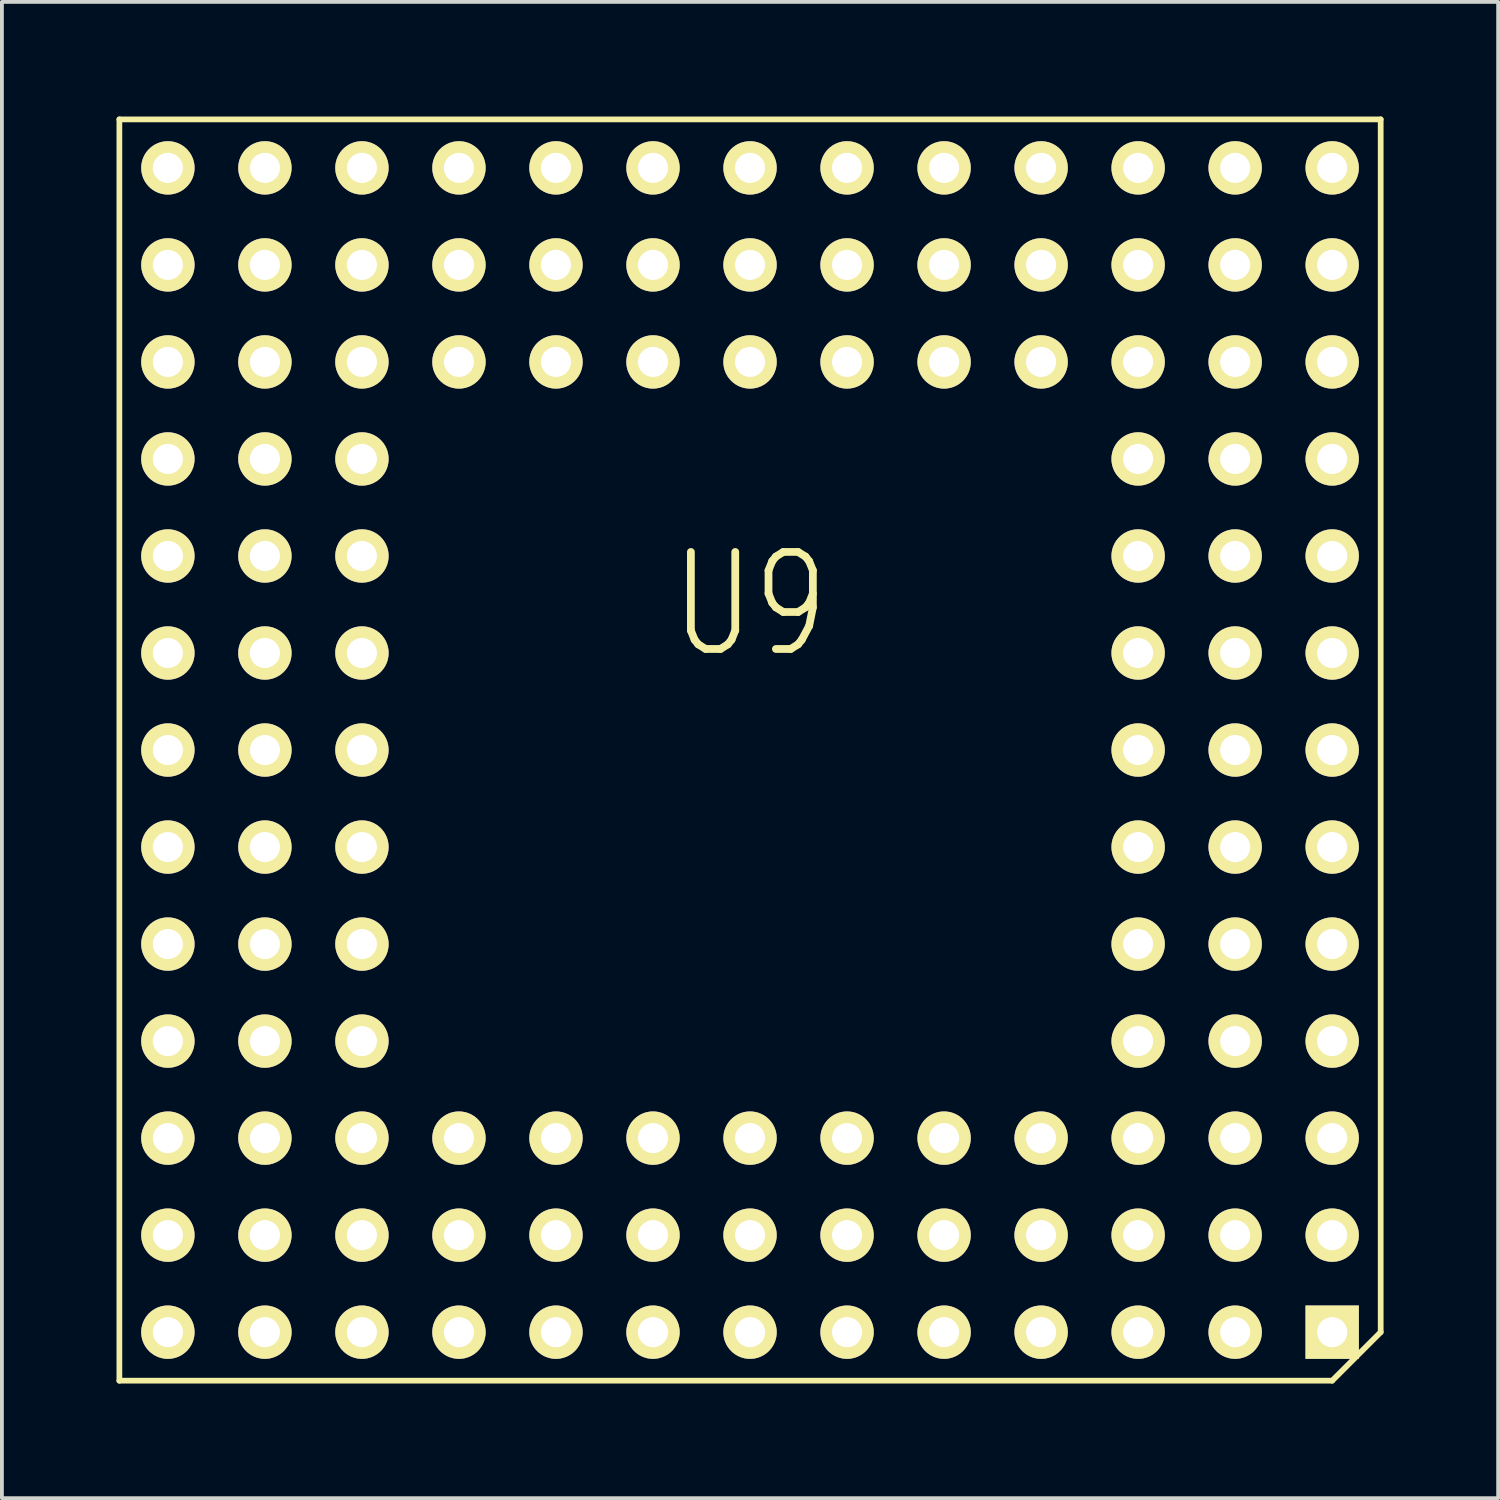
<source format=kicad_pcb>
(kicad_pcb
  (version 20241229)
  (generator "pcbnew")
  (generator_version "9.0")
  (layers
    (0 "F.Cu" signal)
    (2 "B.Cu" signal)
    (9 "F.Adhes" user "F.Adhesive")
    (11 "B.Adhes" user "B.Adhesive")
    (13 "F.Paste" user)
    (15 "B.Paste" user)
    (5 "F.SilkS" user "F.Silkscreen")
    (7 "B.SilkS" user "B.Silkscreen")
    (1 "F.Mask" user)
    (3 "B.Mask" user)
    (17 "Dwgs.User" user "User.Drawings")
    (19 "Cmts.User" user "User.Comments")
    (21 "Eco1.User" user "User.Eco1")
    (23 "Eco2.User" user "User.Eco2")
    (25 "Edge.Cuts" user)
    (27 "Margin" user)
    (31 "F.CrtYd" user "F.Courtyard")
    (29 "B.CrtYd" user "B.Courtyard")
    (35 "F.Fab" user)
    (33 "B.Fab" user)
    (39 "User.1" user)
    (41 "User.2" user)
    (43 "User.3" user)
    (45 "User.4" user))
  (footprint "U9"
    (layer "F.Cu")
    (at 16.585 16.585)
    (property "Reference" "U9" (at 0 -3.81 0) (layer "F.SilkS") (effects (font (size 2.54 2.032) (thickness 0.203))))
    (attr through_hole)
    (fp_line (start -16.51 -16.51) (end -16.51 16.51) (stroke (width 0.15) (type solid)) (layer "F.SilkS"))
    (fp_line (start -16.51 16.51) (end 15.24 16.51) (stroke (width 0.15) (type solid)) (layer "F.SilkS"))
    (fp_line (start 16.51 -16.51) (end -16.51 -16.51) (stroke (width 0.15) (type solid)) (layer "F.SilkS"))
    (fp_line (start 16.51 15.24) (end 15.24 16.51) (stroke (width 0.15) (type solid)) (layer "F.SilkS"))
    (fp_line (start 16.51 15.24) (end 16.51 -16.51) (stroke (width 0.15) (type solid)) (layer "F.SilkS"))
    (pad "A1" thru_hole rect (at 15.24 15.24) (size 1.397 1.397) (drill 0.787) (layers "*.Cu" "*.Mask" "F.SilkS"))
    (pad "A2" thru_hole circle (at 12.7 15.24) (size 1.397 1.397) (drill 0.787) (layers "*.Cu" "*.Mask" "F.SilkS"))
    (pad "A3" thru_hole circle (at 10.16 15.24) (size 1.397 1.397) (drill 0.787) (layers "*.Cu" "*.Mask" "F.SilkS"))
    (pad "A4" thru_hole circle (at 7.62 15.24) (size 1.397 1.397) (drill 0.787) (layers "*.Cu" "*.Mask" "F.SilkS"))
    (pad "A5" thru_hole circle (at 5.08 15.24) (size 1.397 1.397) (drill 0.787) (layers "*.Cu" "*.Mask" "F.SilkS"))
    (pad "A6" thru_hole circle (at 2.54 15.24) (size 1.397 1.397) (drill 0.787) (layers "*.Cu" "*.Mask" "F.SilkS"))
    (pad "A7" thru_hole circle (at 0 15.24) (size 1.397 1.397) (drill 0.787) (layers "*.Cu" "*.Mask" "F.SilkS"))
    (pad "A8" thru_hole circle (at -2.54 15.24) (size 1.397 1.397) (drill 0.787) (layers "*.Cu" "*.Mask" "F.SilkS"))
    (pad "A9" thru_hole circle (at -5.08 15.24) (size 1.397 1.397) (drill 0.787) (layers "*.Cu" "*.Mask" "F.SilkS"))
    (pad "A10" thru_hole circle (at -7.62 15.24) (size 1.397 1.397) (drill 0.787) (layers "*.Cu" "*.Mask" "F.SilkS"))
    (pad "A11" thru_hole circle (at -10.16 15.24) (size 1.397 1.397) (drill 0.787) (layers "*.Cu" "*.Mask" "F.SilkS"))
    (pad "A12" thru_hole circle (at -12.7 15.24) (size 1.397 1.397) (drill 0.787) (layers "*.Cu" "*.Mask" "F.SilkS"))
    (pad "A13" thru_hole circle (at -15.24 15.24) (size 1.397 1.397) (drill 0.787) (layers "*.Cu" "*.Mask" "F.SilkS"))
    (pad "B1" thru_hole circle (at 15.24 12.7) (size 1.397 1.397) (drill 0.787) (layers "*.Cu" "*.Mask" "F.SilkS"))
    (pad "B2" thru_hole circle (at 12.7 12.7) (size 1.397 1.397) (drill 0.787) (layers "*.Cu" "*.Mask" "F.SilkS"))
    (pad "B3" thru_hole circle (at 10.16 12.7) (size 1.397 1.397) (drill 0.787) (layers "*.Cu" "*.Mask" "F.SilkS"))
    (pad "B4" thru_hole circle (at 7.62 12.7) (size 1.397 1.397) (drill 0.787) (layers "*.Cu" "*.Mask" "F.SilkS"))
    (pad "B5" thru_hole circle (at 5.08 12.7) (size 1.397 1.397) (drill 0.787) (layers "*.Cu" "*.Mask" "F.SilkS"))
    (pad "B6" thru_hole circle (at 2.54 12.7) (size 1.397 1.397) (drill 0.787) (layers "*.Cu" "*.Mask" "F.SilkS"))
    (pad "B7" thru_hole circle (at 0 12.7) (size 1.397 1.397) (drill 0.787) (layers "*.Cu" "*.Mask" "F.SilkS"))
    (pad "B8" thru_hole circle (at -2.54 12.7) (size 1.397 1.397) (drill 0.787) (layers "*.Cu" "*.Mask" "F.SilkS"))
    (pad "B9" thru_hole circle (at -5.08 12.7) (size 1.397 1.397) (drill 0.787) (layers "*.Cu" "*.Mask" "F.SilkS"))
    (pad "B10" thru_hole circle (at -7.62 12.7) (size 1.397 1.397) (drill 0.787) (layers "*.Cu" "*.Mask" "F.SilkS"))
    (pad "B11" thru_hole circle (at -10.16 12.7) (size 1.397 1.397) (drill 0.787) (layers "*.Cu" "*.Mask" "F.SilkS"))
    (pad "B12" thru_hole circle (at -12.7 12.7) (size 1.397 1.397) (drill 0.787) (layers "*.Cu" "*.Mask" "F.SilkS"))
    (pad "B13" thru_hole circle (at -15.24 12.7) (size 1.397 1.397) (drill 0.787) (layers "*.Cu" "*.Mask" "F.SilkS"))
    (pad "C1" thru_hole circle (at 15.24 10.16) (size 1.397 1.397) (drill 0.787) (layers "*.Cu" "*.Mask" "F.SilkS"))
    (pad "C2" thru_hole circle (at 12.7 10.16) (size 1.397 1.397) (drill 0.787) (layers "*.Cu" "*.Mask" "F.SilkS"))
    (pad "C3" thru_hole circle (at 10.16 10.16) (size 1.397 1.397) (drill 0.787) (layers "*.Cu" "*.Mask" "F.SilkS"))
    (pad "C4" thru_hole circle (at 7.62 10.16) (size 1.397 1.397) (drill 0.787) (layers "*.Cu" "*.Mask" "F.SilkS"))
    (pad "C5" thru_hole circle (at 5.08 10.16) (size 1.397 1.397) (drill 0.787) (layers "*.Cu" "*.Mask" "F.SilkS"))
    (pad "C6" thru_hole circle (at 2.54 10.16) (size 1.397 1.397) (drill 0.787) (layers "*.Cu" "*.Mask" "F.SilkS"))
    (pad "C7" thru_hole circle (at 0 10.16) (size 1.397 1.397) (drill 0.787) (layers "*.Cu" "*.Mask" "F.SilkS"))
    (pad "C8" thru_hole circle (at -2.54 10.16) (size 1.397 1.397) (drill 0.787) (layers "*.Cu" "*.Mask" "F.SilkS"))
    (pad "C9" thru_hole circle (at -5.08 10.16) (size 1.397 1.397) (drill 0.787) (layers "*.Cu" "*.Mask" "F.SilkS"))
    (pad "C10" thru_hole circle (at -7.62 10.16) (size 1.397 1.397) (drill 0.787) (layers "*.Cu" "*.Mask" "F.SilkS"))
    (pad "C11" thru_hole circle (at -10.16 10.16) (size 1.397 1.397) (drill 0.787) (layers "*.Cu" "*.Mask" "F.SilkS"))
    (pad "C12" thru_hole circle (at -12.7 10.16) (size 1.397 1.397) (drill 0.787) (layers "*.Cu" "*.Mask" "F.SilkS"))
    (pad "C13" thru_hole circle (at -15.24 10.16) (size 1.397 1.397) (drill 0.787) (layers "*.Cu" "*.Mask" "F.SilkS"))
    (pad "D1" thru_hole circle (at 15.24 7.62) (size 1.397 1.397) (drill 0.787) (layers "*.Cu" "*.Mask" "F.SilkS"))
    (pad "D2" thru_hole circle (at 12.7 7.62) (size 1.397 1.397) (drill 0.787) (layers "*.Cu" "*.Mask" "F.SilkS"))
    (pad "D3" thru_hole circle (at 10.16 7.62) (size 1.397 1.397) (drill 0.787) (layers "*.Cu" "*.Mask" "F.SilkS"))
    (pad "D11" thru_hole circle (at -10.16 7.62) (size 1.397 1.397) (drill 0.787) (layers "*.Cu" "*.Mask" "F.SilkS"))
    (pad "D12" thru_hole circle (at -12.7 7.62) (size 1.397 1.397) (drill 0.787) (layers "*.Cu" "*.Mask" "F.SilkS"))
    (pad "D13" thru_hole circle (at -15.24 7.62) (size 1.397 1.397) (drill 0.787) (layers "*.Cu" "*.Mask" "F.SilkS"))
    (pad "E1" thru_hole circle (at 15.24 5.08) (size 1.397 1.397) (drill 0.787) (layers "*.Cu" "*.Mask" "F.SilkS"))
    (pad "E2" thru_hole circle (at 12.7 5.08) (size 1.397 1.397) (drill 0.787) (layers "*.Cu" "*.Mask" "F.SilkS"))
    (pad "E3" thru_hole circle (at 10.16 5.08) (size 1.397 1.397) (drill 0.787) (layers "*.Cu" "*.Mask" "F.SilkS"))
    (pad "E11" thru_hole circle (at -10.16 5.08) (size 1.397 1.397) (drill 0.787) (layers "*.Cu" "*.Mask" "F.SilkS"))
    (pad "E12" thru_hole circle (at -12.7 5.08) (size 1.397 1.397) (drill 0.787) (layers "*.Cu" "*.Mask" "F.SilkS"))
    (pad "E13" thru_hole circle (at -15.24 5.08) (size 1.397 1.397) (drill 0.787) (layers "*.Cu" "*.Mask" "F.SilkS"))
    (pad "F1" thru_hole circle (at 15.24 2.54) (size 1.397 1.397) (drill 0.787) (layers "*.Cu" "*.Mask" "F.SilkS"))
    (pad "F2" thru_hole circle (at 12.7 2.54) (size 1.397 1.397) (drill 0.787) (layers "*.Cu" "*.Mask" "F.SilkS"))
    (pad "F3" thru_hole circle (at 10.16 2.54) (size 1.397 1.397) (drill 0.787) (layers "*.Cu" "*.Mask" "F.SilkS"))
    (pad "F11" thru_hole circle (at -10.16 2.54) (size 1.397 1.397) (drill 0.787) (layers "*.Cu" "*.Mask" "F.SilkS"))
    (pad "F12" thru_hole circle (at -12.7 2.54) (size 1.397 1.397) (drill 0.787) (layers "*.Cu" "*.Mask" "F.SilkS"))
    (pad "F13" thru_hole circle (at -15.24 2.54) (size 1.397 1.397) (drill 0.787) (layers "*.Cu" "*.Mask" "F.SilkS"))
    (pad "G1" thru_hole circle (at 15.24 0) (size 1.397 1.397) (drill 0.787) (layers "*.Cu" "*.Mask" "F.SilkS"))
    (pad "G2" thru_hole circle (at 12.7 0) (size 1.397 1.397) (drill 0.787) (layers "*.Cu" "*.Mask" "F.SilkS"))
    (pad "G3" thru_hole circle (at 10.16 0) (size 1.397 1.397) (drill 0.787) (layers "*.Cu" "*.Mask" "F.SilkS"))
    (pad "G11" thru_hole circle (at -10.16 0) (size 1.397 1.397) (drill 0.787) (layers "*.Cu" "*.Mask" "F.SilkS"))
    (pad "G12" thru_hole circle (at -12.7 0) (size 1.397 1.397) (drill 0.787) (layers "*.Cu" "*.Mask" "F.SilkS"))
    (pad "G13" thru_hole circle (at -15.24 0) (size 1.397 1.397) (drill 0.787) (layers "*.Cu" "*.Mask" "F.SilkS"))
    (pad "H1" thru_hole circle (at 15.24 -2.54) (size 1.397 1.397) (drill 0.787) (layers "*.Cu" "*.Mask" "F.SilkS"))
    (pad "H2" thru_hole circle (at 12.7 -2.54) (size 1.397 1.397) (drill 0.787) (layers "*.Cu" "*.Mask" "F.SilkS"))
    (pad "H3" thru_hole circle (at 10.16 -2.54) (size 1.397 1.397) (drill 0.787) (layers "*.Cu" "*.Mask" "F.SilkS"))
    (pad "H11" thru_hole circle (at -10.16 -2.54) (size 1.397 1.397) (drill 0.787) (layers "*.Cu" "*.Mask" "F.SilkS"))
    (pad "H12" thru_hole circle (at -12.7 -2.54) (size 1.397 1.397) (drill 0.787) (layers "*.Cu" "*.Mask" "F.SilkS"))
    (pad "H13" thru_hole circle (at -15.24 -2.54) (size 1.397 1.397) (drill 0.787) (layers "*.Cu" "*.Mask" "F.SilkS"))
    (pad "J1" thru_hole circle (at 15.24 -5.08) (size 1.397 1.397) (drill 0.787) (layers "*.Cu" "*.Mask" "F.SilkS"))
    (pad "J2" thru_hole circle (at 12.7 -5.08) (size 1.397 1.397) (drill 0.787) (layers "*.Cu" "*.Mask" "F.SilkS"))
    (pad "J3" thru_hole circle (at 10.16 -5.08) (size 1.397 1.397) (drill 0.787) (layers "*.Cu" "*.Mask" "F.SilkS"))
    (pad "J11" thru_hole circle (at -10.16 -5.08) (size 1.397 1.397) (drill 0.787) (layers "*.Cu" "*.Mask" "F.SilkS"))
    (pad "J12" thru_hole circle (at -12.7 -5.08) (size 1.397 1.397) (drill 0.787) (layers "*.Cu" "*.Mask" "F.SilkS"))
    (pad "J13" thru_hole circle (at -15.24 -5.08) (size 1.397 1.397) (drill 0.787) (layers "*.Cu" "*.Mask" "F.SilkS"))
    (pad "K1" thru_hole circle (at 15.24 -7.62) (size 1.397 1.397) (drill 0.787) (layers "*.Cu" "*.Mask" "F.SilkS"))
    (pad "K2" thru_hole circle (at 12.7 -7.62) (size 1.397 1.397) (drill 0.787) (layers "*.Cu" "*.Mask" "F.SilkS"))
    (pad "K3" thru_hole circle (at 10.16 -7.62) (size 1.397 1.397) (drill 0.787) (layers "*.Cu" "*.Mask" "F.SilkS"))
    (pad "K11" thru_hole circle (at -10.16 -7.62) (size 1.397 1.397) (drill 0.787) (layers "*.Cu" "*.Mask" "F.SilkS"))
    (pad "K12" thru_hole circle (at -12.7 -7.62) (size 1.397 1.397) (drill 0.787) (layers "*.Cu" "*.Mask" "F.SilkS"))
    (pad "K13" thru_hole circle (at -15.24 -7.62) (size 1.397 1.397) (drill 0.787) (layers "*.Cu" "*.Mask" "F.SilkS"))
    (pad "L1" thru_hole circle (at 15.24 -10.16) (size 1.397 1.397) (drill 0.787) (layers "*.Cu" "*.Mask" "F.SilkS"))
    (pad "L2" thru_hole circle (at 12.7 -10.16) (size 1.397 1.397) (drill 0.787) (layers "*.Cu" "*.Mask" "F.SilkS"))
    (pad "L3" thru_hole circle (at 10.16 -10.16) (size 1.397 1.397) (drill 0.787) (layers "*.Cu" "*.Mask" "F.SilkS"))
    (pad "L4" thru_hole circle (at 7.62 -10.16) (size 1.397 1.397) (drill 0.787) (layers "*.Cu" "*.Mask" "F.SilkS"))
    (pad "L5" thru_hole circle (at 5.08 -10.16) (size 1.397 1.397) (drill 0.787) (layers "*.Cu" "*.Mask" "F.SilkS"))
    (pad "L6" thru_hole circle (at 2.54 -10.16) (size 1.397 1.397) (drill 0.787) (layers "*.Cu" "*.Mask" "F.SilkS"))
    (pad "L7" thru_hole circle (at 0 -10.16) (size 1.397 1.397) (drill 0.787) (layers "*.Cu" "*.Mask" "F.SilkS"))
    (pad "L8" thru_hole circle (at -2.54 -10.16) (size 1.397 1.397) (drill 0.787) (layers "*.Cu" "*.Mask" "F.SilkS"))
    (pad "L9" thru_hole circle (at -5.08 -10.16) (size 1.397 1.397) (drill 0.787) (layers "*.Cu" "*.Mask" "F.SilkS"))
    (pad "L10" thru_hole circle (at -7.62 -10.16) (size 1.397 1.397) (drill 0.787) (layers "*.Cu" "*.Mask" "F.SilkS"))
    (pad "L11" thru_hole circle (at -10.16 -10.16) (size 1.397 1.397) (drill 0.787) (layers "*.Cu" "*.Mask" "F.SilkS"))
    (pad "L12" thru_hole circle (at -12.7 -10.16) (size 1.397 1.397) (drill 0.787) (layers "*.Cu" "*.Mask" "F.SilkS"))
    (pad "L13" thru_hole circle (at -15.24 -10.16) (size 1.397 1.397) (drill 0.787) (layers "*.Cu" "*.Mask" "F.SilkS"))
    (pad "M1" thru_hole circle (at 15.24 -12.7) (size 1.397 1.397) (drill 0.787) (layers "*.Cu" "*.Mask" "F.SilkS"))
    (pad "M2" thru_hole circle (at 12.7 -12.7) (size 1.397 1.397) (drill 0.787) (layers "*.Cu" "*.Mask" "F.SilkS"))
    (pad "M3" thru_hole circle (at 10.16 -12.7) (size 1.397 1.397) (drill 0.787) (layers "*.Cu" "*.Mask" "F.SilkS"))
    (pad "M4" thru_hole circle (at 7.62 -12.7) (size 1.397 1.397) (drill 0.787) (layers "*.Cu" "*.Mask" "F.SilkS"))
    (pad "M5" thru_hole circle (at 5.08 -12.7) (size 1.397 1.397) (drill 0.787) (layers "*.Cu" "*.Mask" "F.SilkS"))
    (pad "M6" thru_hole circle (at 2.54 -12.7) (size 1.397 1.397) (drill 0.787) (layers "*.Cu" "*.Mask" "F.SilkS"))
    (pad "M7" thru_hole circle (at 0 -12.7) (size 1.397 1.397) (drill 0.787) (layers "*.Cu" "*.Mask" "F.SilkS"))
    (pad "M8" thru_hole circle (at -2.54 -12.7) (size 1.397 1.397) (drill 0.787) (layers "*.Cu" "*.Mask" "F.SilkS"))
    (pad "M9" thru_hole circle (at -5.08 -12.7) (size 1.397 1.397) (drill 0.787) (layers "*.Cu" "*.Mask" "F.SilkS"))
    (pad "M10" thru_hole circle (at -7.62 -12.7) (size 1.397 1.397) (drill 0.787) (layers "*.Cu" "*.Mask" "F.SilkS"))
    (pad "M11" thru_hole circle (at -10.16 -12.7) (size 1.397 1.397) (drill 0.787) (layers "*.Cu" "*.Mask" "F.SilkS"))
    (pad "M12" thru_hole circle (at -12.7 -12.7) (size 1.397 1.397) (drill 0.787) (layers "*.Cu" "*.Mask" "F.SilkS"))
    (pad "M13" thru_hole circle (at -15.24 -12.7) (size 1.397 1.397) (drill 0.787) (layers "*.Cu" "*.Mask" "F.SilkS"))
    (pad "N1" thru_hole circle (at 15.24 -15.24) (size 1.397 1.397) (drill 0.787) (layers "*.Cu" "*.Mask" "F.SilkS"))
    (pad "N2" thru_hole circle (at 12.7 -15.24) (size 1.397 1.397) (drill 0.787) (layers "*.Cu" "*.Mask" "F.SilkS"))
    (pad "N3" thru_hole circle (at 10.16 -15.24) (size 1.397 1.397) (drill 0.787) (layers "*.Cu" "*.Mask" "F.SilkS"))
    (pad "N4" thru_hole circle (at 7.62 -15.24) (size 1.397 1.397) (drill 0.787) (layers "*.Cu" "*.Mask" "F.SilkS"))
    (pad "N5" thru_hole circle (at 5.08 -15.24) (size 1.397 1.397) (drill 0.787) (layers "*.Cu" "*.Mask" "F.SilkS"))
    (pad "N6" thru_hole circle (at 2.54 -15.24) (size 1.397 1.397) (drill 0.787) (layers "*.Cu" "*.Mask" "F.SilkS"))
    (pad "N7" thru_hole circle (at 0 -15.24) (size 1.397 1.397) (drill 0.787) (layers "*.Cu" "*.Mask" "F.SilkS"))
    (pad "N8" thru_hole circle (at -2.54 -15.24) (size 1.397 1.397) (drill 0.787) (layers "*.Cu" "*.Mask" "F.SilkS"))
    (pad "N9" thru_hole circle (at -5.08 -15.24) (size 1.397 1.397) (drill 0.787) (layers "*.Cu" "*.Mask" "F.SilkS"))
    (pad "N10" thru_hole circle (at -7.62 -15.24) (size 1.397 1.397) (drill 0.787) (layers "*.Cu" "*.Mask" "F.SilkS"))
    (pad "N11" thru_hole circle (at -10.16 -15.24) (size 1.397 1.397) (drill 0.787) (layers "*.Cu" "*.Mask" "F.SilkS"))
    (pad "N12" thru_hole circle (at -12.7 -15.24) (size 1.397 1.397) (drill 0.787) (layers "*.Cu" "*.Mask" "F.SilkS"))
    (pad "N13" thru_hole circle (at -15.24 -15.24) (size 1.397 1.397) (drill 0.787) (layers "*.Cu" "*.Mask" "F.SilkS")))
  (gr_rect
    (start -3 -3)
    (end 36.17 36.17)
    (stroke (width 0.1) (type default))
    (fill no)
    (layer "Edge.Cuts")))
</source>
